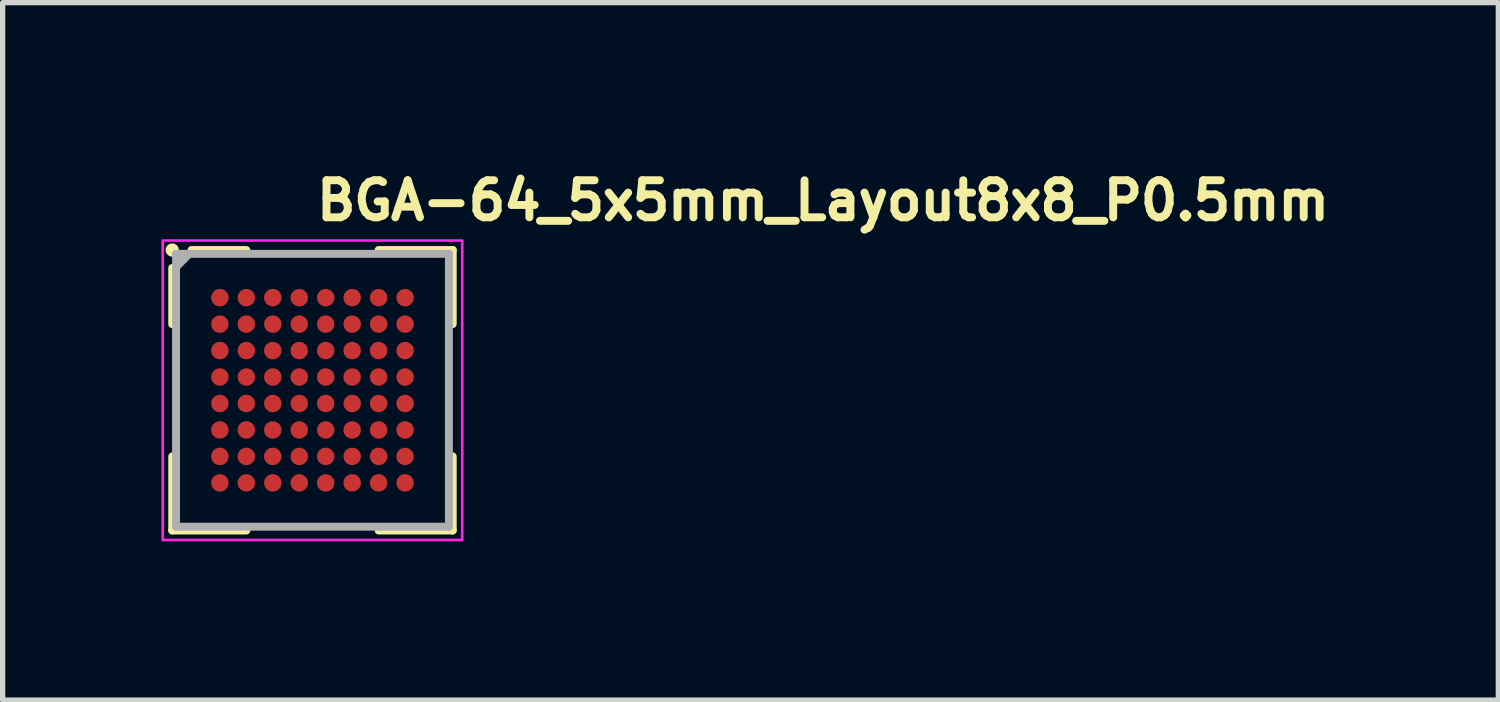
<source format=kicad_pcb>
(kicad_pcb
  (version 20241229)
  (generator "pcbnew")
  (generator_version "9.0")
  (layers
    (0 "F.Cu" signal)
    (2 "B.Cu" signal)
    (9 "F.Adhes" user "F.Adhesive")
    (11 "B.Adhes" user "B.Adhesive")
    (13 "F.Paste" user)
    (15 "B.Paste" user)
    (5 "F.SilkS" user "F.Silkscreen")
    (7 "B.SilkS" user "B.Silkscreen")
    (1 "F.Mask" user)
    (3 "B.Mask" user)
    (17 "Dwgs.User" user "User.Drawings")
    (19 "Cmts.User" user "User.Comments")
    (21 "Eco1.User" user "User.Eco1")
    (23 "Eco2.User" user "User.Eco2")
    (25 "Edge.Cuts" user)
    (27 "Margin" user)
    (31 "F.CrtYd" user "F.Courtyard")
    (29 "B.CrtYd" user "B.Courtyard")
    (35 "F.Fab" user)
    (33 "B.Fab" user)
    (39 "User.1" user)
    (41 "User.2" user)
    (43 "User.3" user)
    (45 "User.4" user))
  (footprint "BGA-64_5x5mm_Layout8x8_P0.5mm"
    (layer "F.Cu")
    (at 2.855 4.325)
    (property "Reference" "BGA-64_5x5mm_Layout8x8_P0.5mm" (at 0 -3.175 0) (unlocked yes) (layer "F.SilkS") (effects (font (size 0.7 0.7) (thickness 0.15)) (justify left bottom)))
    (attr smd)
    (fp_line (start -2.65 -1.25) (end -2.65 -2.311) (stroke (width 0.15) (type solid)) (layer "F.SilkS"))
    (fp_line (start -2.65 2.65) (end -2.65 1.25) (stroke (width 0.15) (type solid)) (layer "F.SilkS"))
    (fp_line (start -2.286 -2.65) (end -1.25 -2.65) (stroke (width 0.15) (type solid)) (layer "F.SilkS"))
    (fp_line (start -1.25 2.65) (end -2.65 2.65) (stroke (width 0.15) (type solid)) (layer "F.SilkS"))
    (fp_line (start 1.25 -2.65) (end 2.65 -2.65) (stroke (width 0.15) (type solid)) (layer "F.SilkS"))
    (fp_line (start 2.65 -2.65) (end 2.65 -1.25) (stroke (width 0.15) (type solid)) (layer "F.SilkS"))
    (fp_line (start 2.65 1.25) (end 2.65 2.65) (stroke (width 0.15) (type solid)) (layer "F.SilkS"))
    (fp_line (start 2.65 2.65) (end 1.25 2.65) (stroke (width 0.15) (type solid)) (layer "F.SilkS"))
    (fp_circle (center -2.65 -2.65) (end -2.6 -2.65) (stroke (width 0.15) (type solid)) (fill yes) (layer "F.SilkS"))
    (fp_rect (start -2.83 -2.83) (end 2.83 2.83) (stroke (width 0.05) (type solid)) (fill no) (layer "F.CrtYd"))
    (fp_line (start -2.578 -2.578) (end -2.578 2.578) (stroke (width 0.15) (type solid)) (layer "F.Fab"))
    (fp_line (start -2.578 2.578) (end 2.578 2.578) (stroke (width 0.15) (type solid)) (layer "F.Fab"))
    (fp_line (start -2.328 -2.578) (end -2.578 -2.328) (stroke (width 0.15) (type solid)) (layer "F.Fab"))
    (fp_line (start 2.578 -2.578) (end -2.578 -2.578) (stroke (width 0.15) (type solid)) (layer "F.Fab"))
    (fp_line (start 2.578 2.578) (end 2.578 -2.578) (stroke (width 0.15) (type solid)) (layer "F.Fab"))
    (fp_rect (start -2.578 -2.578) (end 2.578 2.578) (stroke (width 0.1) (type solid)) (fill no) (layer "User.5"))
    (fp_line (start -2.578 -2.578) (end -2.578 2.578) (stroke (width 0.02) (type solid)) (layer "User.9"))
    (fp_line (start -2.578 2.578) (end 2.578 2.578) (stroke (width 0.02) (type solid)) (layer "User.9"))
    (fp_line (start 2.578 -2.578) (end -2.578 -2.578) (stroke (width 0.02) (type solid)) (layer "User.9"))
    (fp_line (start 2.578 2.578) (end 2.578 -2.578) (stroke (width 0.02) (type solid)) (layer "User.9"))
    (fp_circle (center -2.062 -2.062) (end -2.046 -2.19) (stroke (width 0.02) (type default)) (fill no) (layer "User.9"))
    (pad "A1" smd circle (at -1.75 -1.75) (size 0.33 0.33) (layers "F.Cu" "F.Mask" "F.Paste"))
    (pad "A2" smd circle (at -1.25 -1.75) (size 0.33 0.33) (layers "F.Cu" "F.Mask" "F.Paste"))
    (pad "A3" smd circle (at -0.75 -1.75) (size 0.33 0.33) (layers "F.Cu" "F.Mask" "F.Paste"))
    (pad "A4" smd circle (at -0.25 -1.75) (size 0.33 0.33) (layers "F.Cu" "F.Mask" "F.Paste"))
    (pad "A5" smd circle (at 0.25 -1.75) (size 0.33 0.33) (layers "F.Cu" "F.Mask" "F.Paste"))
    (pad "A6" smd circle (at 0.75 -1.75) (size 0.33 0.33) (layers "F.Cu" "F.Mask" "F.Paste"))
    (pad "A7" smd circle (at 1.25 -1.75) (size 0.33 0.33) (layers "F.Cu" "F.Mask" "F.Paste"))
    (pad "A8" smd circle (at 1.75 -1.75) (size 0.33 0.33) (layers "F.Cu" "F.Mask" "F.Paste"))
    (pad "B1" smd circle (at -1.75 -1.25) (size 0.33 0.33) (layers "F.Cu" "F.Mask" "F.Paste"))
    (pad "B2" smd circle (at -1.25 -1.25) (size 0.33 0.33) (layers "F.Cu" "F.Mask" "F.Paste"))
    (pad "B3" smd circle (at -0.75 -1.25) (size 0.33 0.33) (layers "F.Cu" "F.Mask" "F.Paste"))
    (pad "B4" smd circle (at -0.25 -1.25) (size 0.33 0.33) (layers "F.Cu" "F.Mask" "F.Paste"))
    (pad "B5" smd circle (at 0.25 -1.25) (size 0.33 0.33) (layers "F.Cu" "F.Mask" "F.Paste"))
    (pad "B6" smd circle (at 0.75 -1.25) (size 0.33 0.33) (layers "F.Cu" "F.Mask" "F.Paste"))
    (pad "B7" smd circle (at 1.25 -1.25) (size 0.33 0.33) (layers "F.Cu" "F.Mask" "F.Paste"))
    (pad "B8" smd circle (at 1.75 -1.25) (size 0.33 0.33) (layers "F.Cu" "F.Mask" "F.Paste"))
    (pad "C1" smd circle (at -1.75 -0.75) (size 0.33 0.33) (layers "F.Cu" "F.Mask" "F.Paste"))
    (pad "C2" smd circle (at -1.25 -0.75) (size 0.33 0.33) (layers "F.Cu" "F.Mask" "F.Paste"))
    (pad "C3" smd circle (at -0.75 -0.75) (size 0.33 0.33) (layers "F.Cu" "F.Mask" "F.Paste"))
    (pad "C4" smd circle (at -0.25 -0.75) (size 0.33 0.33) (layers "F.Cu" "F.Mask" "F.Paste"))
    (pad "C5" smd circle (at 0.25 -0.75) (size 0.33 0.33) (layers "F.Cu" "F.Mask" "F.Paste"))
    (pad "C6" smd circle (at 0.75 -0.75) (size 0.33 0.33) (layers "F.Cu" "F.Mask" "F.Paste"))
    (pad "C7" smd circle (at 1.25 -0.75) (size 0.33 0.33) (layers "F.Cu" "F.Mask" "F.Paste"))
    (pad "C8" smd circle (at 1.75 -0.75) (size 0.33 0.33) (layers "F.Cu" "F.Mask" "F.Paste"))
    (pad "D1" smd circle (at -1.75 -0.25) (size 0.33 0.33) (layers "F.Cu" "F.Mask" "F.Paste"))
    (pad "D2" smd circle (at -1.25 -0.25) (size 0.33 0.33) (layers "F.Cu" "F.Mask" "F.Paste"))
    (pad "D3" smd circle (at -0.75 -0.25) (size 0.33 0.33) (layers "F.Cu" "F.Mask" "F.Paste"))
    (pad "D4" smd circle (at -0.25 -0.25) (size 0.33 0.33) (layers "F.Cu" "F.Mask" "F.Paste"))
    (pad "D5" smd circle (at 0.25 -0.25) (size 0.33 0.33) (layers "F.Cu" "F.Mask" "F.Paste"))
    (pad "D6" smd circle (at 0.75 -0.25) (size 0.33 0.33) (layers "F.Cu" "F.Mask" "F.Paste"))
    (pad "D7" smd circle (at 1.25 -0.25) (size 0.33 0.33) (layers "F.Cu" "F.Mask" "F.Paste"))
    (pad "D8" smd circle (at 1.75 -0.25) (size 0.33 0.33) (layers "F.Cu" "F.Mask" "F.Paste"))
    (pad "E1" smd circle (at -1.75 0.25) (size 0.33 0.33) (layers "F.Cu" "F.Mask" "F.Paste"))
    (pad "E2" smd circle (at -1.25 0.25) (size 0.33 0.33) (layers "F.Cu" "F.Mask" "F.Paste"))
    (pad "E3" smd circle (at -0.75 0.25) (size 0.33 0.33) (layers "F.Cu" "F.Mask" "F.Paste"))
    (pad "E4" smd circle (at -0.25 0.25) (size 0.33 0.33) (layers "F.Cu" "F.Mask" "F.Paste"))
    (pad "E5" smd circle (at 0.25 0.25) (size 0.33 0.33) (layers "F.Cu" "F.Mask" "F.Paste"))
    (pad "E6" smd circle (at 0.75 0.25) (size 0.33 0.33) (layers "F.Cu" "F.Mask" "F.Paste"))
    (pad "E7" smd circle (at 1.25 0.25) (size 0.33 0.33) (layers "F.Cu" "F.Mask" "F.Paste"))
    (pad "E8" smd circle (at 1.75 0.25) (size 0.33 0.33) (layers "F.Cu" "F.Mask" "F.Paste"))
    (pad "F1" smd circle (at -1.75 0.75) (size 0.33 0.33) (layers "F.Cu" "F.Mask" "F.Paste"))
    (pad "F2" smd circle (at -1.25 0.75) (size 0.33 0.33) (layers "F.Cu" "F.Mask" "F.Paste"))
    (pad "F3" smd circle (at -0.75 0.75) (size 0.33 0.33) (layers "F.Cu" "F.Mask" "F.Paste"))
    (pad "F4" smd circle (at -0.25 0.75) (size 0.33 0.33) (layers "F.Cu" "F.Mask" "F.Paste"))
    (pad "F5" smd circle (at 0.25 0.75) (size 0.33 0.33) (layers "F.Cu" "F.Mask" "F.Paste"))
    (pad "F6" smd circle (at 0.75 0.75) (size 0.33 0.33) (layers "F.Cu" "F.Mask" "F.Paste"))
    (pad "F7" smd circle (at 1.25 0.75) (size 0.33 0.33) (layers "F.Cu" "F.Mask" "F.Paste"))
    (pad "F8" smd circle (at 1.75 0.75) (size 0.33 0.33) (layers "F.Cu" "F.Mask" "F.Paste"))
    (pad "G1" smd circle (at -1.75 1.25) (size 0.33 0.33) (layers "F.Cu" "F.Mask" "F.Paste"))
    (pad "G2" smd circle (at -1.25 1.25) (size 0.33 0.33) (layers "F.Cu" "F.Mask" "F.Paste"))
    (pad "G3" smd circle (at -0.75 1.25) (size 0.33 0.33) (layers "F.Cu" "F.Mask" "F.Paste"))
    (pad "G4" smd circle (at -0.25 1.25) (size 0.33 0.33) (layers "F.Cu" "F.Mask" "F.Paste"))
    (pad "G5" smd circle (at 0.25 1.25) (size 0.33 0.33) (layers "F.Cu" "F.Mask" "F.Paste"))
    (pad "G6" smd circle (at 0.75 1.25) (size 0.33 0.33) (layers "F.Cu" "F.Mask" "F.Paste"))
    (pad "G7" smd circle (at 1.25 1.25) (size 0.33 0.33) (layers "F.Cu" "F.Mask" "F.Paste"))
    (pad "G8" smd circle (at 1.75 1.25) (size 0.33 0.33) (layers "F.Cu" "F.Mask" "F.Paste"))
    (pad "H1" smd circle (at -1.75 1.75) (size 0.33 0.33) (layers "F.Cu" "F.Mask" "F.Paste"))
    (pad "H2" smd circle (at -1.25 1.75) (size 0.33 0.33) (layers "F.Cu" "F.Mask" "F.Paste"))
    (pad "H3" smd circle (at -0.75 1.75) (size 0.33 0.33) (layers "F.Cu" "F.Mask" "F.Paste"))
    (pad "H4" smd circle (at -0.25 1.75) (size 0.33 0.33) (layers "F.Cu" "F.Mask" "F.Paste"))
    (pad "H5" smd circle (at 0.25 1.75) (size 0.33 0.33) (layers "F.Cu" "F.Mask" "F.Paste"))
    (pad "H6" smd circle (at 0.75 1.75) (size 0.33 0.33) (layers "F.Cu" "F.Mask" "F.Paste"))
    (pad "H7" smd circle (at 1.25 1.75) (size 0.33 0.33) (layers "F.Cu" "F.Mask" "F.Paste"))
    (pad "H8" smd circle (at 1.75 1.75) (size 0.33 0.33) (layers "F.Cu" "F.Mask" "F.Paste")))
  (gr_rect
    (start -3 -3)
    (end 25.265 10.18)
    (stroke (width 0.1) (type default))
    (fill no)
    (layer "Edge.Cuts")))
</source>
